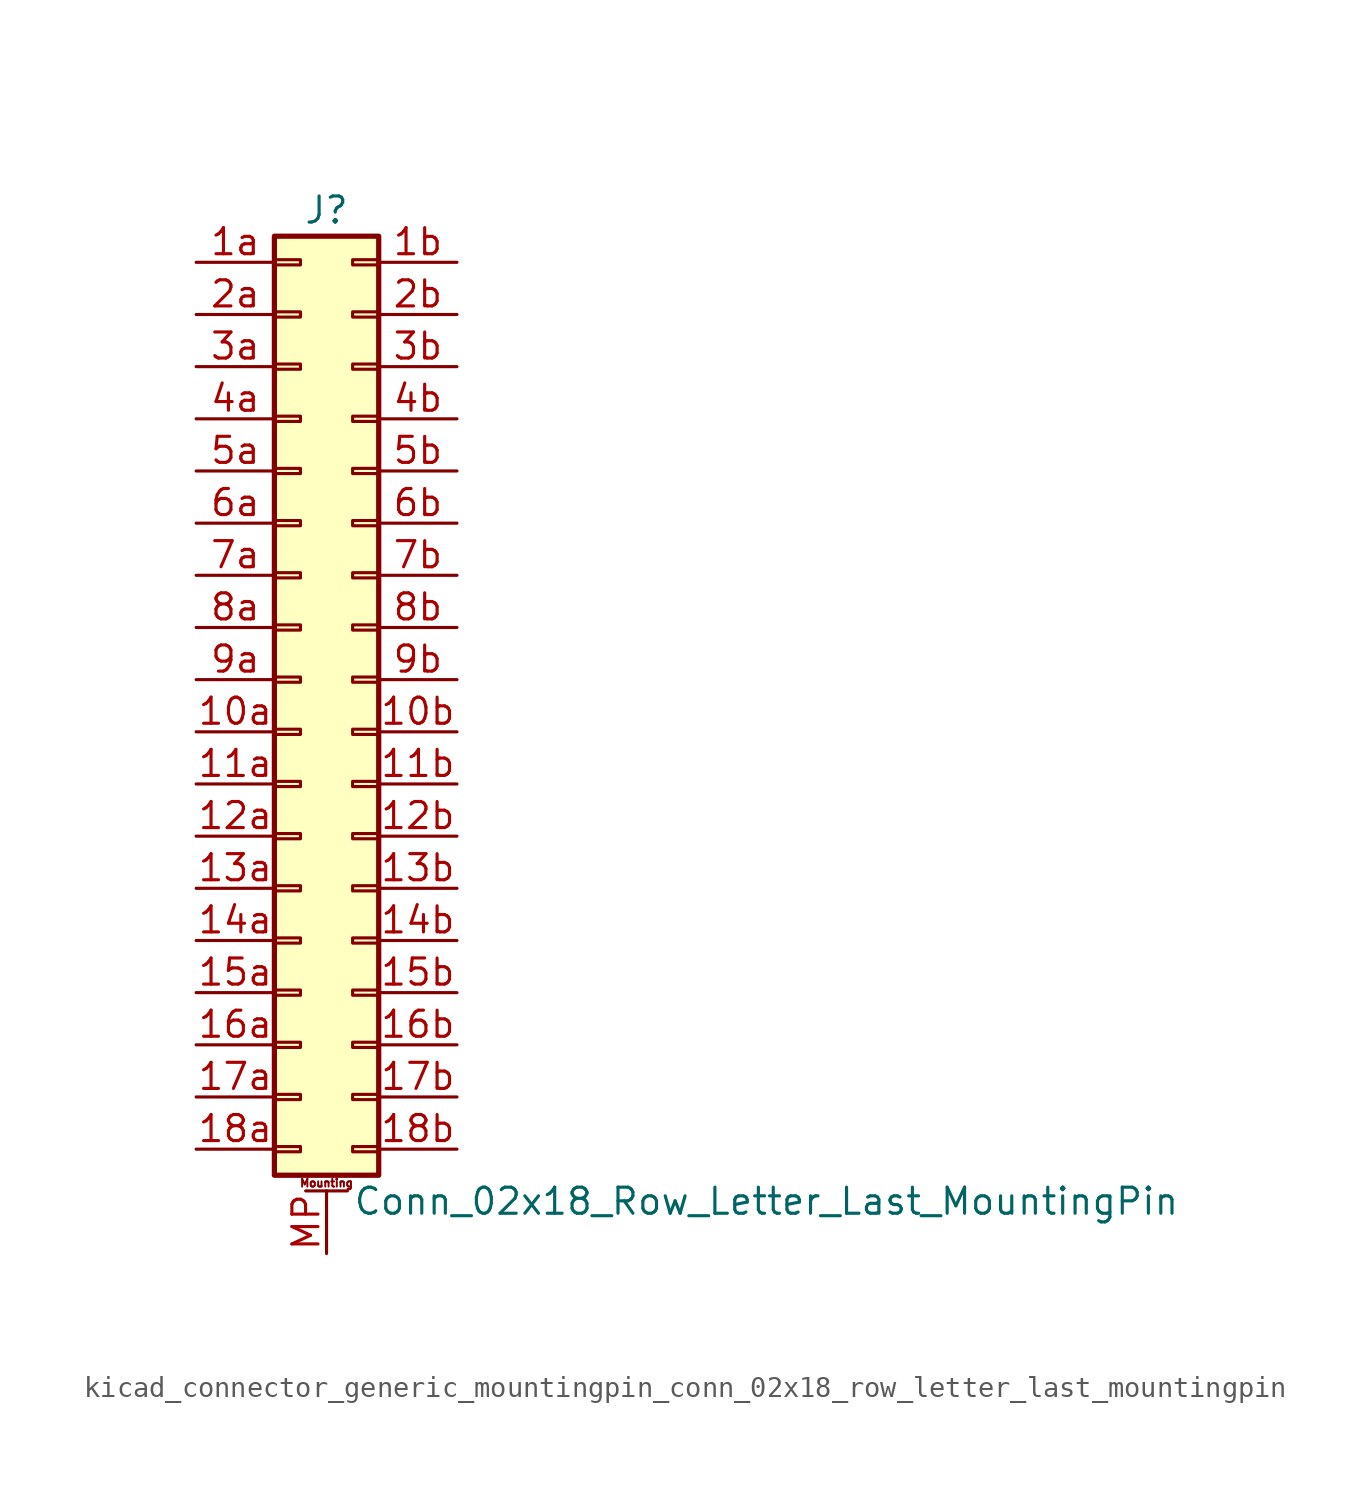
<source format=kicad_sym>
(kicad_symbol_lib
  (version 20220914)
  (generator kicad_symbol_editor)
  (symbol "kicad_connector_generic_mountingpin_conn_02x18_row_letter_last_mountingpin"
    (pin_names
      (offset 1.016) hide)
    (property "Reference" "J"
      (at 1.27 22.86 0)
      (effects (font (size 1.27 1.27))))
    (property "Value" "Conn_02x18_Row_Letter_Last_MountingPin"
      (at 2.54 -25.4 0)
      (effects (font (size 1.27 1.27)) (justify left)))
    (symbol "kicad_connector_generic_mountingpin_conn_02x18_row_letter_last_mountingpin_1_1"
      (rectangle (start -1.27 -22.733) (end 0 -22.987) (stroke (width 0.152) (type default)) (fill (type none)))
      (rectangle (start -1.27 -20.193) (end 0 -20.447) (stroke (width 0.152) (type default)) (fill (type none)))
      (rectangle (start -1.27 -17.653) (end 0 -17.907) (stroke (width 0.152) (type default)) (fill (type none)))
      (rectangle (start -1.27 -15.113) (end 0 -15.367) (stroke (width 0.152) (type default)) (fill (type none)))
      (rectangle (start -1.27 -12.573) (end 0 -12.827) (stroke (width 0.152) (type default)) (fill (type none)))
      (rectangle (start -1.27 -10.033) (end 0 -10.287) (stroke (width 0.152) (type default)) (fill (type none)))
      (rectangle (start -1.27 -7.493) (end 0 -7.747) (stroke (width 0.152) (type default)) (fill (type none)))
      (rectangle (start -1.27 -4.953) (end 0 -5.207) (stroke (width 0.152) (type default)) (fill (type none)))
      (rectangle (start -1.27 -2.413) (end 0 -2.667) (stroke (width 0.152) (type default)) (fill (type none)))
      (rectangle (start -1.27 0.127) (end 0 -0.127) (stroke (width 0.152) (type default)) (fill (type none)))
      (rectangle (start -1.27 2.667) (end 0 2.413) (stroke (width 0.152) (type default)) (fill (type none)))
      (rectangle (start -1.27 5.207) (end 0 4.953) (stroke (width 0.152) (type default)) (fill (type none)))
      (rectangle (start -1.27 7.747) (end 0 7.493) (stroke (width 0.152) (type default)) (fill (type none)))
      (rectangle (start -1.27 10.287) (end 0 10.033) (stroke (width 0.152) (type default)) (fill (type none)))
      (rectangle (start -1.27 12.827) (end 0 12.573) (stroke (width 0.152) (type default)) (fill (type none)))
      (rectangle (start -1.27 15.367) (end 0 15.113) (stroke (width 0.152) (type default)) (fill (type none)))
      (rectangle (start -1.27 17.907) (end 0 17.653) (stroke (width 0.152) (type default)) (fill (type none)))
      (rectangle (start -1.27 20.447) (end 0 20.193) (stroke (width 0.152) (type default)) (fill (type none)))
      (rectangle (start -1.27 21.59) (end 3.81 -24.13) (stroke (width 0.254) (type default)) (fill (type background)))
      (polyline (pts (xy 0.254 -24.892) (xy 2.286 -24.892)) (stroke (width 0.152) (type default)) (fill (type none)))
      (rectangle (start 3.81 -22.733) (end 2.54 -22.987) (stroke (width 0.152) (type default)) (fill (type none)))
      (rectangle (start 3.81 -20.193) (end 2.54 -20.447) (stroke (width 0.152) (type default)) (fill (type none)))
      (rectangle (start 3.81 -17.653) (end 2.54 -17.907) (stroke (width 0.152) (type default)) (fill (type none)))
      (rectangle (start 3.81 -15.113) (end 2.54 -15.367) (stroke (width 0.152) (type default)) (fill (type none)))
      (rectangle (start 3.81 -12.573) (end 2.54 -12.827) (stroke (width 0.152) (type default)) (fill (type none)))
      (rectangle (start 3.81 -10.033) (end 2.54 -10.287) (stroke (width 0.152) (type default)) (fill (type none)))
      (rectangle (start 3.81 -7.493) (end 2.54 -7.747) (stroke (width 0.152) (type default)) (fill (type none)))
      (rectangle (start 3.81 -4.953) (end 2.54 -5.207) (stroke (width 0.152) (type default)) (fill (type none)))
      (rectangle (start 3.81 -2.413) (end 2.54 -2.667) (stroke (width 0.152) (type default)) (fill (type none)))
      (rectangle (start 3.81 0.127) (end 2.54 -0.127) (stroke (width 0.152) (type default)) (fill (type none)))
      (rectangle (start 3.81 2.667) (end 2.54 2.413) (stroke (width 0.152) (type default)) (fill (type none)))
      (rectangle (start 3.81 5.207) (end 2.54 4.953) (stroke (width 0.152) (type default)) (fill (type none)))
      (rectangle (start 3.81 7.747) (end 2.54 7.493) (stroke (width 0.152) (type default)) (fill (type none)))
      (rectangle (start 3.81 10.287) (end 2.54 10.033) (stroke (width 0.152) (type default)) (fill (type none)))
      (rectangle (start 3.81 12.827) (end 2.54 12.573) (stroke (width 0.152) (type default)) (fill (type none)))
      (rectangle (start 3.81 15.367) (end 2.54 15.113) (stroke (width 0.152) (type default)) (fill (type none)))
      (rectangle (start 3.81 17.907) (end 2.54 17.653) (stroke (width 0.152) (type default)) (fill (type none)))
      (rectangle (start 3.81 20.447) (end 2.54 20.193) (stroke (width 0.152) (type default)) (fill (type none)))
      (text "Mounting" (at 1.27 -24.511 0) (effects (font (size 0.381 0.381))))
      (pin passive line (at -5.08 -2.54 0) (length 3.81) (name "Pin_10a" (effects (font (size 1.27 1.27)))) (number "10a" (effects (font (size 1.27 1.27)))))
      (pin passive line (at 7.62 -2.54 180) (length 3.81) (name "Pin_10b" (effects (font (size 1.27 1.27)))) (number "10b" (effects (font (size 1.27 1.27)))))
      (pin passive line (at -5.08 -5.08 0) (length 3.81) (name "Pin_11a" (effects (font (size 1.27 1.27)))) (number "11a" (effects (font (size 1.27 1.27)))))
      (pin passive line (at 7.62 -5.08 180) (length 3.81) (name "Pin_11b" (effects (font (size 1.27 1.27)))) (number "11b" (effects (font (size 1.27 1.27)))))
      (pin passive line (at -5.08 -7.62 0) (length 3.81) (name "Pin_12a" (effects (font (size 1.27 1.27)))) (number "12a" (effects (font (size 1.27 1.27)))))
      (pin passive line (at 7.62 -7.62 180) (length 3.81) (name "Pin_12b" (effects (font (size 1.27 1.27)))) (number "12b" (effects (font (size 1.27 1.27)))))
      (pin passive line (at -5.08 -10.16 0) (length 3.81) (name "Pin_13a" (effects (font (size 1.27 1.27)))) (number "13a" (effects (font (size 1.27 1.27)))))
      (pin passive line (at 7.62 -10.16 180) (length 3.81) (name "Pin_13b" (effects (font (size 1.27 1.27)))) (number "13b" (effects (font (size 1.27 1.27)))))
      (pin passive line (at -5.08 -12.7 0) (length 3.81) (name "Pin_14a" (effects (font (size 1.27 1.27)))) (number "14a" (effects (font (size 1.27 1.27)))))
      (pin passive line (at 7.62 -12.7 180) (length 3.81) (name "Pin_14b" (effects (font (size 1.27 1.27)))) (number "14b" (effects (font (size 1.27 1.27)))))
      (pin passive line (at -5.08 -15.24 0) (length 3.81) (name "Pin_15a" (effects (font (size 1.27 1.27)))) (number "15a" (effects (font (size 1.27 1.27)))))
      (pin passive line (at 7.62 -15.24 180) (length 3.81) (name "Pin_15b" (effects (font (size 1.27 1.27)))) (number "15b" (effects (font (size 1.27 1.27)))))
      (pin passive line (at -5.08 -17.78 0) (length 3.81) (name "Pin_16a" (effects (font (size 1.27 1.27)))) (number "16a" (effects (font (size 1.27 1.27)))))
      (pin passive line (at 7.62 -17.78 180) (length 3.81) (name "Pin_16b" (effects (font (size 1.27 1.27)))) (number "16b" (effects (font (size 1.27 1.27)))))
      (pin passive line (at -5.08 -20.32 0) (length 3.81) (name "Pin_17a" (effects (font (size 1.27 1.27)))) (number "17a" (effects (font (size 1.27 1.27)))))
      (pin passive line (at 7.62 -20.32 180) (length 3.81) (name "Pin_17b" (effects (font (size 1.27 1.27)))) (number "17b" (effects (font (size 1.27 1.27)))))
      (pin passive line (at -5.08 -22.86 0) (length 3.81) (name "Pin_18a" (effects (font (size 1.27 1.27)))) (number "18a" (effects (font (size 1.27 1.27)))))
      (pin passive line (at 7.62 -22.86 180) (length 3.81) (name "Pin_18b" (effects (font (size 1.27 1.27)))) (number "18b" (effects (font (size 1.27 1.27)))))
      (pin passive line (at -5.08 20.32 0) (length 3.81) (name "Pin_1a" (effects (font (size 1.27 1.27)))) (number "1a" (effects (font (size 1.27 1.27)))))
      (pin passive line (at 7.62 20.32 180) (length 3.81) (name "Pin_1b" (effects (font (size 1.27 1.27)))) (number "1b" (effects (font (size 1.27 1.27)))))
      (pin passive line (at -5.08 17.78 0) (length 3.81) (name "Pin_2a" (effects (font (size 1.27 1.27)))) (number "2a" (effects (font (size 1.27 1.27)))))
      (pin passive line (at 7.62 17.78 180) (length 3.81) (name "Pin_2b" (effects (font (size 1.27 1.27)))) (number "2b" (effects (font (size 1.27 1.27)))))
      (pin passive line (at -5.08 15.24 0) (length 3.81) (name "Pin_3a" (effects (font (size 1.27 1.27)))) (number "3a" (effects (font (size 1.27 1.27)))))
      (pin passive line (at 7.62 15.24 180) (length 3.81) (name "Pin_3b" (effects (font (size 1.27 1.27)))) (number "3b" (effects (font (size 1.27 1.27)))))
      (pin passive line (at -5.08 12.7 0) (length 3.81) (name "Pin_4a" (effects (font (size 1.27 1.27)))) (number "4a" (effects (font (size 1.27 1.27)))))
      (pin passive line (at 7.62 12.7 180) (length 3.81) (name "Pin_4b" (effects (font (size 1.27 1.27)))) (number "4b" (effects (font (size 1.27 1.27)))))
      (pin passive line (at -5.08 10.16 0) (length 3.81) (name "Pin_5a" (effects (font (size 1.27 1.27)))) (number "5a" (effects (font (size 1.27 1.27)))))
      (pin passive line (at 7.62 10.16 180) (length 3.81) (name "Pin_5b" (effects (font (size 1.27 1.27)))) (number "5b" (effects (font (size 1.27 1.27)))))
      (pin passive line (at -5.08 7.62 0) (length 3.81) (name "Pin_6a" (effects (font (size 1.27 1.27)))) (number "6a" (effects (font (size 1.27 1.27)))))
      (pin passive line (at 7.62 7.62 180) (length 3.81) (name "Pin_6b" (effects (font (size 1.27 1.27)))) (number "6b" (effects (font (size 1.27 1.27)))))
      (pin passive line (at -5.08 5.08 0) (length 3.81) (name "Pin_7a" (effects (font (size 1.27 1.27)))) (number "7a" (effects (font (size 1.27 1.27)))))
      (pin passive line (at 7.62 5.08 180) (length 3.81) (name "Pin_7b" (effects (font (size 1.27 1.27)))) (number "7b" (effects (font (size 1.27 1.27)))))
      (pin passive line (at -5.08 2.54 0) (length 3.81) (name "Pin_8a" (effects (font (size 1.27 1.27)))) (number "8a" (effects (font (size 1.27 1.27)))))
      (pin passive line (at 7.62 2.54 180) (length 3.81) (name "Pin_8b" (effects (font (size 1.27 1.27)))) (number "8b" (effects (font (size 1.27 1.27)))))
      (pin passive line (at -5.08 0 0) (length 3.81) (name "Pin_9a" (effects (font (size 1.27 1.27)))) (number "9a" (effects (font (size 1.27 1.27)))))
      (pin passive line (at 7.62 0 180) (length 3.81) (name "Pin_9b" (effects (font (size 1.27 1.27)))) (number "9b" (effects (font (size 1.27 1.27)))))
      (pin passive line (at 1.27 -27.94 90) (length 3.048) (name "MountPin" (effects (font (size 1.27 1.27)))) (number "MP" (effects (font (size 1.27 1.27))))))))
</source>
